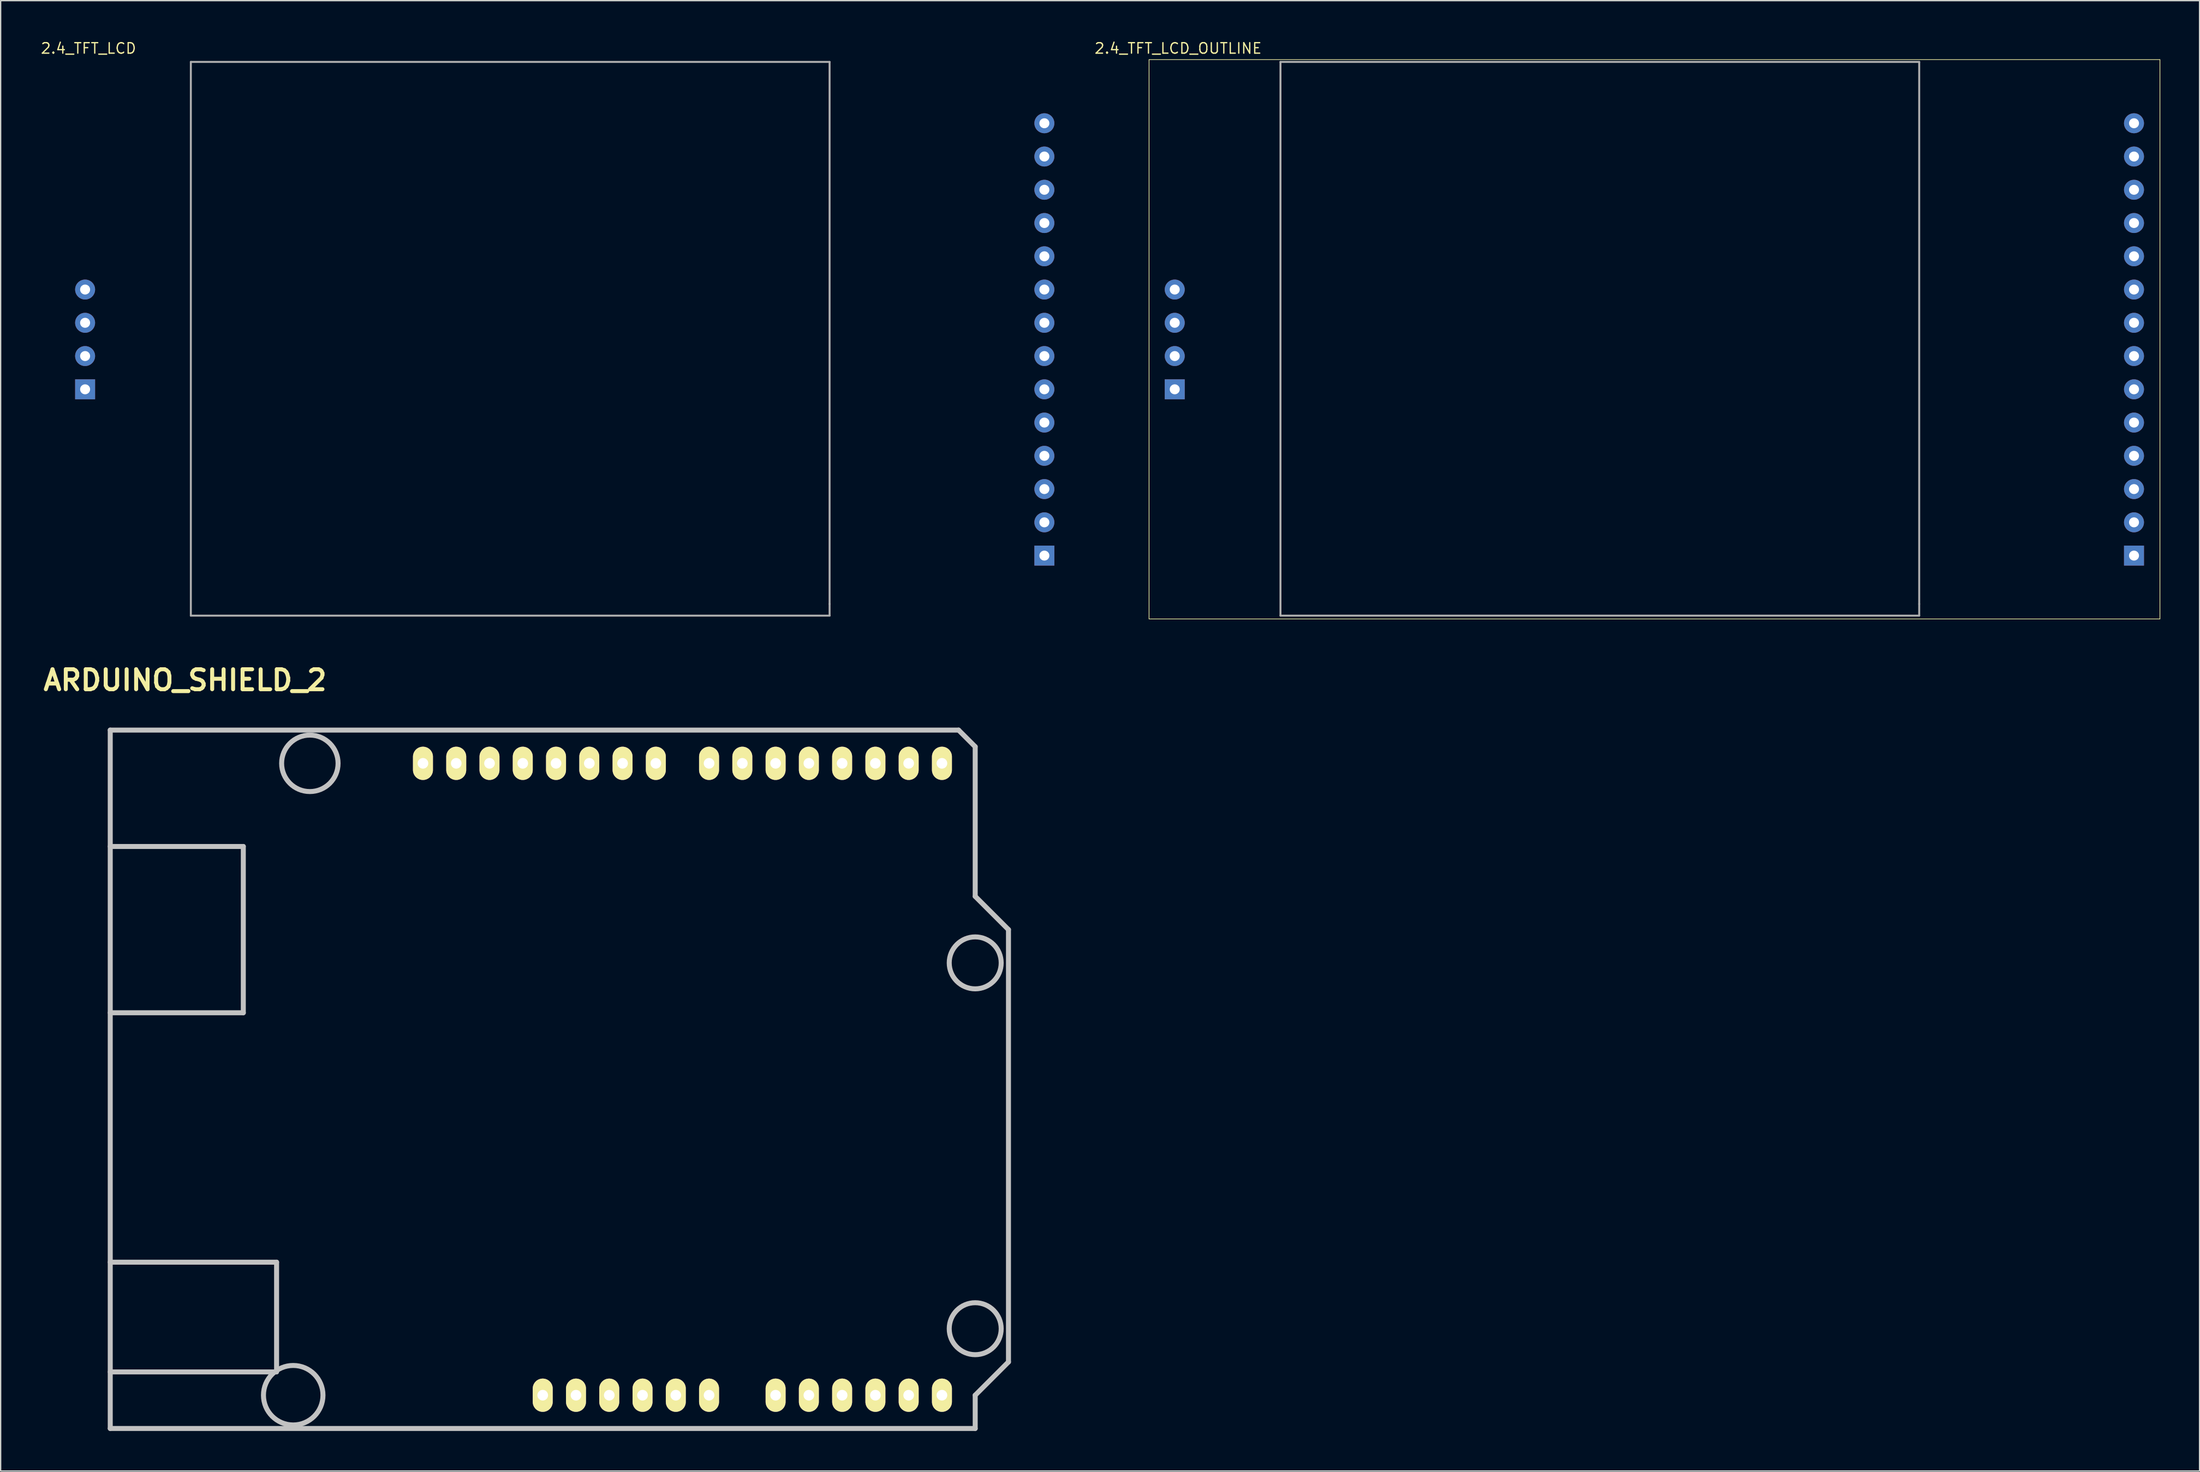
<source format=kicad_pcb>
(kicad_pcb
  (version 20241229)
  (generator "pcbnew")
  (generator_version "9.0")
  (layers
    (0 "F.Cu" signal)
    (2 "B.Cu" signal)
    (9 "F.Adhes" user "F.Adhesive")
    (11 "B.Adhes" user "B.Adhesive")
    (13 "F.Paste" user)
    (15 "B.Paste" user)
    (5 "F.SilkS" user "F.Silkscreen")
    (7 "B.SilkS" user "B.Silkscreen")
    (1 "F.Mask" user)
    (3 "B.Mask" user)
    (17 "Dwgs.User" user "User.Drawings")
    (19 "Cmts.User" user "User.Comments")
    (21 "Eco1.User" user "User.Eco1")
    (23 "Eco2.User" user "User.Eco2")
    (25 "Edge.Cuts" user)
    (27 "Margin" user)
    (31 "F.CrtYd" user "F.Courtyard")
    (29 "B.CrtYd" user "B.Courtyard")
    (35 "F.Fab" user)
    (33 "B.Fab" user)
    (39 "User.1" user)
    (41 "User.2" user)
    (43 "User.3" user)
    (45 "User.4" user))
  (footprint "2.4_TFT_LCD_OUTLINE"
    (layer "F.Cu")
    (at 84.681 44.224)
    (property "Reference" "2.4_TFT_LCD_OUTLINE" (at 2.22 -43.58 0) (layer "F.SilkS") (effects (font (size 0.8 0.8) (thickness 0.1))))
    (attr through_hole)
    (fp_line (start 0 -42.72) (end 0 0) (stroke (width 0.05) (type solid)) (layer "F.SilkS"))
    (fp_line (start 0 0) (end 77.18 0) (stroke (width 0.05) (type solid)) (layer "F.SilkS"))
    (fp_line (start 77.18 -42.72) (end 0 -42.72) (stroke (width 0.05) (type solid)) (layer "F.SilkS"))
    (fp_line (start 77.18 0) (end 77.18 -42.72) (stroke (width 0.05) (type solid)) (layer "F.SilkS"))
    (fp_line (start 10.033 -42.545) (end 58.801 -42.545) (stroke (width 0.15) (type solid)) (layer "F.Fab"))
    (fp_line (start 10.033 -0.254) (end 10.033 -42.545) (stroke (width 0.15) (type solid)) (layer "F.Fab"))
    (fp_line (start 58.801 -1.143) (end 58.801 -42.545) (stroke (width 0.15) (type solid)) (layer "F.Fab"))
    (fp_line (start 58.801 -1.143) (end 58.801 -0.254) (stroke (width 0.15) (type solid)) (layer "F.Fab"))
    (fp_line (start 58.801 -0.254) (end 10.033 -0.254) (stroke (width 0.15) (type solid)) (layer "F.Fab"))
    (pad "1" thru_hole rect (at 75.2 -4.84) (size 1.524 1.524) (drill 0.762) (layers "*.Cu" "*.Mask"))
    (pad "2" thru_hole circle (at 75.2 -7.38) (size 1.524 1.524) (drill 0.762) (layers "*.Cu" "*.Mask"))
    (pad "3" thru_hole circle (at 75.2 -9.92) (size 1.524 1.524) (drill 0.762) (layers "*.Cu" "*.Mask"))
    (pad "4" thru_hole circle (at 75.2 -12.46) (size 1.524 1.524) (drill 0.762) (layers "*.Cu" "*.Mask"))
    (pad "5" thru_hole circle (at 75.2 -15) (size 1.524 1.524) (drill 0.762) (layers "*.Cu" "*.Mask"))
    (pad "6" thru_hole circle (at 75.2 -17.54) (size 1.524 1.524) (drill 0.762) (layers "*.Cu" "*.Mask"))
    (pad "7" thru_hole circle (at 75.2 -20.08) (size 1.524 1.524) (drill 0.762) (layers "*.Cu" "*.Mask"))
    (pad "8" thru_hole circle (at 75.2 -22.62) (size 1.524 1.524) (drill 0.762) (layers "*.Cu" "*.Mask"))
    (pad "9" thru_hole circle (at 75.2 -25.16) (size 1.524 1.524) (drill 0.762) (layers "*.Cu" "*.Mask"))
    (pad "10" thru_hole circle (at 75.2 -27.7) (size 1.524 1.524) (drill 0.762) (layers "*.Cu" "*.Mask"))
    (pad "11" thru_hole circle (at 75.2 -30.24) (size 1.524 1.524) (drill 0.762) (layers "*.Cu" "*.Mask"))
    (pad "12" thru_hole circle (at 75.2 -32.78) (size 1.524 1.524) (drill 0.762) (layers "*.Cu" "*.Mask"))
    (pad "13" thru_hole circle (at 75.2 -35.32) (size 1.524 1.524) (drill 0.762) (layers "*.Cu" "*.Mask"))
    (pad "14" thru_hole circle (at 75.2 -37.86) (size 1.524 1.524) (drill 0.762) (layers "*.Cu" "*.Mask"))
    (pad "15" thru_hole rect (at 1.96 -17.54) (size 1.524 1.524) (drill 0.762) (layers "*.Cu" "*.Mask"))
    (pad "16" thru_hole circle (at 1.96 -20.08) (size 1.524 1.524) (drill 0.762) (layers "*.Cu" "*.Mask"))
    (pad "17" thru_hole circle (at 1.96 -22.62) (size 1.524 1.524) (drill 0.762) (layers "*.Cu" "*.Mask"))
    (pad "18" thru_hole circle (at 1.96 -25.16) (size 1.524 1.524) (drill 0.762) (layers "*.Cu" "*.Mask")))
  (footprint "2.4_TFT_LCD"
    (layer "F.Cu")
    (at 1.488 44.224)
    (property "Reference" "2.4_TFT_LCD" (at 2.22 -43.58 0) (layer "F.SilkS") (effects (font (size 0.8 0.8) (thickness 0.1))))
    (attr through_hole)
    (fp_line (start 10.033 -42.545) (end 58.801 -42.545) (stroke (width 0.15) (type solid)) (layer "F.Fab"))
    (fp_line (start 10.033 -0.254) (end 10.033 -42.545) (stroke (width 0.15) (type solid)) (layer "F.Fab"))
    (fp_line (start 58.801 -1.143) (end 58.801 -42.545) (stroke (width 0.15) (type solid)) (layer "F.Fab"))
    (fp_line (start 58.801 -1.143) (end 58.801 -0.254) (stroke (width 0.15) (type solid)) (layer "F.Fab"))
    (fp_line (start 58.801 -0.254) (end 10.033 -0.254) (stroke (width 0.15) (type solid)) (layer "F.Fab"))
    (pad "1" thru_hole rect (at 75.2 -4.84) (size 1.524 1.524) (drill 0.762) (layers "*.Cu" "*.Mask"))
    (pad "2" thru_hole circle (at 75.2 -7.38) (size 1.524 1.524) (drill 0.762) (layers "*.Cu" "*.Mask"))
    (pad "3" thru_hole circle (at 75.2 -9.92) (size 1.524 1.524) (drill 0.762) (layers "*.Cu" "*.Mask"))
    (pad "4" thru_hole circle (at 75.2 -12.46) (size 1.524 1.524) (drill 0.762) (layers "*.Cu" "*.Mask"))
    (pad "5" thru_hole circle (at 75.2 -15) (size 1.524 1.524) (drill 0.762) (layers "*.Cu" "*.Mask"))
    (pad "6" thru_hole circle (at 75.2 -17.54) (size 1.524 1.524) (drill 0.762) (layers "*.Cu" "*.Mask"))
    (pad "7" thru_hole circle (at 75.2 -20.08) (size 1.524 1.524) (drill 0.762) (layers "*.Cu" "*.Mask"))
    (pad "8" thru_hole circle (at 75.2 -22.62) (size 1.524 1.524) (drill 0.762) (layers "*.Cu" "*.Mask"))
    (pad "9" thru_hole circle (at 75.2 -25.16) (size 1.524 1.524) (drill 0.762) (layers "*.Cu" "*.Mask"))
    (pad "10" thru_hole circle (at 75.2 -27.7) (size 1.524 1.524) (drill 0.762) (layers "*.Cu" "*.Mask"))
    (pad "11" thru_hole circle (at 75.2 -30.24) (size 1.524 1.524) (drill 0.762) (layers "*.Cu" "*.Mask"))
    (pad "12" thru_hole circle (at 75.2 -32.78) (size 1.524 1.524) (drill 0.762) (layers "*.Cu" "*.Mask"))
    (pad "13" thru_hole circle (at 75.2 -35.32) (size 1.524 1.524) (drill 0.762) (layers "*.Cu" "*.Mask"))
    (pad "14" thru_hole circle (at 75.2 -37.86) (size 1.524 1.524) (drill 0.762) (layers "*.Cu" "*.Mask"))
    (pad "15" thru_hole rect (at 1.96 -17.54) (size 1.524 1.524) (drill 0.762) (layers "*.Cu" "*.Mask"))
    (pad "16" thru_hole circle (at 1.96 -20.08) (size 1.524 1.524) (drill 0.762) (layers "*.Cu" "*.Mask"))
    (pad "17" thru_hole circle (at 1.96 -22.62) (size 1.524 1.524) (drill 0.762) (layers "*.Cu" "*.Mask"))
    (pad "18" thru_hole circle (at 1.96 -25.16) (size 1.524 1.524) (drill 0.762) (layers "*.Cu" "*.Mask")))
  (footprint "ARDUINO_SHIELD_2"
    (layer "F.Cu")
    (at 5.367 106.05)
    (property "Reference" "ARDUINO_SHIELD_2" (at 5.715 -57.15 0) (layer "F.SilkS") (effects (font (size 1.524 1.524) (thickness 0.305))))
    (attr through_hole)
    (fp_line (start 0 -44.45) (end 10.16 -44.45) (stroke (width 0.381) (type solid)) (layer "Dwgs.User"))
    (fp_line (start 0 -12.7) (end 12.7 -12.7) (stroke (width 0.381) (type solid)) (layer "Dwgs.User"))
    (fp_line (start 0 0) (end 0 -53.34) (stroke (width 0.381) (type solid)) (layer "Dwgs.User"))
    (fp_line (start 10.16 -44.45) (end 10.16 -31.75) (stroke (width 0.381) (type solid)) (layer "Dwgs.User"))
    (fp_line (start 10.16 -31.75) (end 0 -31.75) (stroke (width 0.381) (type solid)) (layer "Dwgs.User"))
    (fp_line (start 12.7 -12.7) (end 12.7 -4.572) (stroke (width 0.381) (type solid)) (layer "Dwgs.User"))
    (fp_line (start 12.7 -4.318) (end 0 -4.318) (stroke (width 0.381) (type solid)) (layer "Dwgs.User"))
    (fp_line (start 64.77 -53.34) (end 0 -53.34) (stroke (width 0.381) (type solid)) (layer "Dwgs.User"))
    (fp_line (start 66.04 -52.07) (end 64.77 -53.34) (stroke (width 0.381) (type solid)) (layer "Dwgs.User"))
    (fp_line (start 66.04 -40.64) (end 66.04 -52.07) (stroke (width 0.381) (type solid)) (layer "Dwgs.User"))
    (fp_line (start 66.04 -40.64) (end 68.58 -38.1) (stroke (width 0.381) (type solid)) (layer "Dwgs.User"))
    (fp_line (start 66.04 -2.54) (end 66.04 0) (stroke (width 0.381) (type solid)) (layer "Dwgs.User"))
    (fp_line (start 66.04 0) (end 0 0) (stroke (width 0.381) (type solid)) (layer "Dwgs.User"))
    (fp_line (start 68.58 -38.1) (end 68.58 -5.08) (stroke (width 0.381) (type solid)) (layer "Dwgs.User"))
    (fp_line (start 68.58 -5.08) (end 66.04 -2.54) (stroke (width 0.381) (type solid)) (layer "Dwgs.User"))
    (fp_circle (center 13.97 -2.54) (end 16.002 -1.524) (stroke (width 0.381) (type solid)) (fill no) (layer "Dwgs.User"))
    (fp_circle (center 15.24 -50.8) (end 16.764 -49.276) (stroke (width 0.381) (type solid)) (fill no) (layer "Dwgs.User"))
    (fp_circle (center 66.04 -35.56) (end 67.31 -34.036) (stroke (width 0.381) (type solid)) (fill no) (layer "Dwgs.User"))
    (fp_circle (center 66.04 -7.62) (end 67.31 -6.096) (stroke (width 0.381) (type solid)) (fill no) (layer "Dwgs.User"))
    (pad "0" thru_hole oval (at 63.5 -50.8 90) (size 2.54 1.524) (drill 0.813) (layers "*.Cu" "*.Mask" "F.SilkS"))
    (pad "1" thru_hole oval (at 60.96 -50.8 90) (size 2.54 1.524) (drill 0.813) (layers "*.Cu" "*.Mask" "F.SilkS"))
    (pad "2" thru_hole oval (at 58.42 -50.8 90) (size 2.54 1.524) (drill 0.813) (layers "*.Cu" "*.Mask" "F.SilkS"))
    (pad "3" thru_hole oval (at 55.88 -50.8 90) (size 2.54 1.524) (drill 0.813) (layers "*.Cu" "*.Mask" "F.SilkS"))
    (pad "3V3" thru_hole oval (at 35.56 -2.54 90) (size 2.54 1.524) (drill 0.813) (layers "*.Cu" "*.Mask" "F.SilkS"))
    (pad "4" thru_hole oval (at 53.34 -50.8 90) (size 2.54 1.524) (drill 0.813) (layers "*.Cu" "*.Mask" "F.SilkS"))
    (pad "5" thru_hole oval (at 50.8 -50.8 90) (size 2.54 1.524) (drill 0.813) (layers "*.Cu" "*.Mask" "F.SilkS"))
    (pad "5V" thru_hole oval (at 38.1 -2.54 90) (size 2.54 1.524) (drill 0.813) (layers "*.Cu" "*.Mask" "F.SilkS"))
    (pad "6" thru_hole oval (at 48.26 -50.8 90) (size 2.54 1.524) (drill 0.813) (layers "*.Cu" "*.Mask" "F.SilkS"))
    (pad "7" thru_hole oval (at 45.72 -50.8 90) (size 2.54 1.524) (drill 0.813) (layers "*.Cu" "*.Mask" "F.SilkS"))
    (pad "8" thru_hole oval (at 41.656 -50.8 90) (size 2.54 1.524) (drill 0.813) (layers "*.Cu" "*.Mask" "F.SilkS"))
    (pad "9" thru_hole oval (at 39.116 -50.8 90) (size 2.54 1.524) (drill 0.813) (layers "*.Cu" "*.Mask" "F.SilkS"))
    (pad "10" thru_hole oval (at 36.576 -50.8 90) (size 2.54 1.524) (drill 0.813) (layers "*.Cu" "*.Mask" "F.SilkS"))
    (pad "11" thru_hole oval (at 34.036 -50.8 90) (size 2.54 1.524) (drill 0.813) (layers "*.Cu" "*.Mask" "F.SilkS"))
    (pad "12" thru_hole oval (at 31.496 -50.8 90) (size 2.54 1.524) (drill 0.813) (layers "*.Cu" "*.Mask" "F.SilkS"))
    (pad "13" thru_hole oval (at 28.956 -50.8 90) (size 2.54 1.524) (drill 0.813) (layers "*.Cu" "*.Mask" "F.SilkS"))
    (pad "AD0" thru_hole oval (at 50.8 -2.54 90) (size 2.54 1.524) (drill 0.813) (layers "*.Cu" "*.Mask" "F.SilkS"))
    (pad "AD1" thru_hole oval (at 53.34 -2.54 90) (size 2.54 1.524) (drill 0.813) (layers "*.Cu" "*.Mask" "F.SilkS"))
    (pad "AD2" thru_hole oval (at 55.88 -2.54 90) (size 2.54 1.524) (drill 0.813) (layers "*.Cu" "*.Mask" "F.SilkS"))
    (pad "AD3" thru_hole oval (at 58.42 -2.54 90) (size 2.54 1.524) (drill 0.813) (layers "*.Cu" "*.Mask" "F.SilkS"))
    (pad "AD4" thru_hole oval (at 60.96 -2.54 90) (size 2.54 1.524) (drill 0.813) (layers "*.Cu" "*.Mask" "F.SilkS"))
    (pad "AD5" thru_hole oval (at 63.5 -2.54 90) (size 2.54 1.524) (drill 0.813) (layers "*.Cu" "*.Mask" "F.SilkS"))
    (pad "AREF" thru_hole oval (at 23.876 -50.8 90) (size 2.54 1.524) (drill 0.813) (layers "*.Cu" "*.Mask" "F.SilkS"))
    (pad "GND1" thru_hole oval (at 40.64 -2.54 90) (size 2.54 1.524) (drill 0.813) (layers "*.Cu" "*.Mask" "F.SilkS"))
    (pad "GND2" thru_hole oval (at 43.18 -2.54 90) (size 2.54 1.524) (drill 0.813) (layers "*.Cu" "*.Mask" "F.SilkS"))
    (pad "GND3" thru_hole oval (at 26.416 -50.8 90) (size 2.54 1.524) (drill 0.813) (layers "*.Cu" "*.Mask" "F.SilkS"))
    (pad "RST" thru_hole oval (at 33.02 -2.54 90) (size 2.54 1.524) (drill 0.813) (layers "*.Cu" "*.Mask" "F.SilkS"))
    (pad "V_IN" thru_hole oval (at 45.72 -2.54 90) (size 2.54 1.524) (drill 0.813) (layers "*.Cu" "*.Mask" "F.SilkS")))
  (gr_rect
    (start -3 -3)
    (end 164.886 109.3)
    (stroke (width 0.1) (type default))
    (fill no)
    (layer "Edge.Cuts")))
</source>
